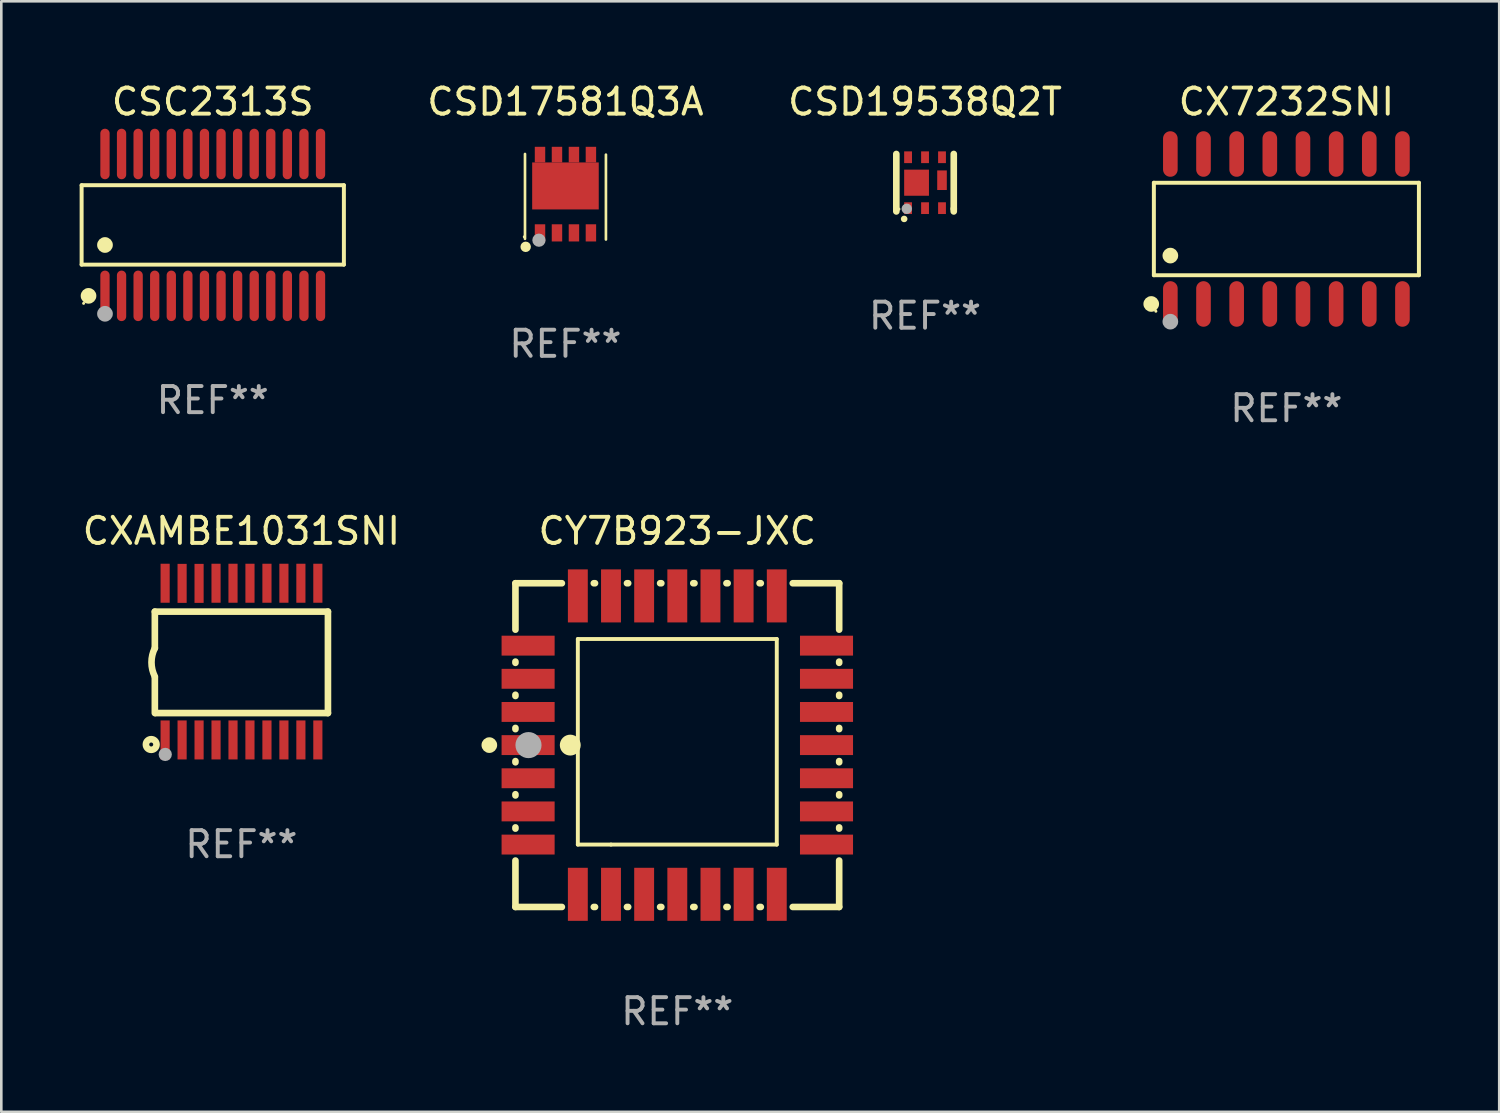
<source format=kicad_pcb>
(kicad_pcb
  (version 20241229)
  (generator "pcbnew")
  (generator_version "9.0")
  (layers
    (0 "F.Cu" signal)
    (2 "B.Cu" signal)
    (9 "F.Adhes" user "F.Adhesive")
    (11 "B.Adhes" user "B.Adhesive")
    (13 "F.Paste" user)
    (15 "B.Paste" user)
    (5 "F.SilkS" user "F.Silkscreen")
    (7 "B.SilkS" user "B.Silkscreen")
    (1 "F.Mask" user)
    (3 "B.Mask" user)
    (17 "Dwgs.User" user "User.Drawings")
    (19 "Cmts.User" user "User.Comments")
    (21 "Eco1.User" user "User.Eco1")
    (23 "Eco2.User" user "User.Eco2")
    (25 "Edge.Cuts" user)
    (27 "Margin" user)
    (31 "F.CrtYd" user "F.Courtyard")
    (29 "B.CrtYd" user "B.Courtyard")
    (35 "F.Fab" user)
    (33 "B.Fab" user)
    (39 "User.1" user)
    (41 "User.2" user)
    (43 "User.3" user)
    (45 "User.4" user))
  (footprint "CSD17581Q3A"
    (layer "F.Cu")
    (at 18.609 4.486)
    (property "Reference" "CSD17581Q3A" (at 0 -3.638 0) (layer "F.SilkS") (effects (font (size 1 1) (thickness 0.15))))
    (attr through_hole)
    (fp_line (start -1.55 1.612) (end -1.55 -1.638) (stroke (width 0.102) (type solid)) (layer "F.SilkS"))
    (fp_line (start 1.55 1.638) (end 1.55 -1.612) (stroke (width 0.102) (type solid)) (layer "F.SilkS"))
    (fp_circle (center -1.575 1.535) (end -1.545 1.535) (stroke (width 0.06) (type solid)) (fill no) (layer "F.SilkS"))
    (fp_circle (center -1.524 1.918) (end -1.424 1.918) (stroke (width 0.2) (type solid)) (fill no) (layer "F.SilkS"))
    (fp_circle (center -1.016 1.664) (end -0.889 1.664) (stroke (width 0.254) (type solid)) (fill no) (layer "F.Fab"))
    (fp_text user "REF**" (at 0 5.638 0) (layer "F.Fab") (effects (font (size 1 1) (thickness 0.15))))
    (pad "1" smd rect (at -0.975 1.384 90) (size 0.658 0.4) (layers "F.Cu" "F.Mask" "F.Paste"))
    (pad "2" smd rect (at -0.325 1.384 90) (size 0.658 0.4) (layers "F.Cu" "F.Mask" "F.Paste"))
    (pad "3" smd rect (at 0.325 1.384 90) (size 0.658 0.4) (layers "F.Cu" "F.Mask" "F.Paste"))
    (pad "4" smd rect (at 0.975 1.384 90) (size 0.658 0.4) (layers "F.Cu" "F.Mask" "F.Paste"))
    (pad "5" smd rect (at 0.975 -1.613 90) (size 0.6 0.4) (layers "F.Cu" "F.Mask" "F.Paste"))
    (pad "6" smd rect (at 0.325 -1.613 90) (size 0.6 0.4) (layers "F.Cu" "F.Mask" "F.Paste"))
    (pad "7" smd rect (at -0.325 -1.613 90) (size 0.6 0.4) (layers "F.Cu" "F.Mask" "F.Paste"))
    (pad "8" smd rect (at -0.975 -1.613 90) (size 0.6 0.4) (layers "F.Cu" "F.Mask" "F.Paste"))
    (pad "9" smd rect (at -0.000114 -0.414) (size 2.55 1.8) (layers "F.Cu" "F.Mask" "F.Paste")))
  (footprint "CX7232SNI"
    (layer "F.Cu")
    (at 46.223 5.721)
    (property "Reference" "CX7232SNI" (at 0 -4.872 0) (layer "F.SilkS") (effects (font (size 1 1) (thickness 0.15))))
    (attr through_hole)
    (fp_line (start -5.076 -1.771) (end 5.076 -1.771) (stroke (width 0.152) (type solid)) (layer "F.SilkS"))
    (fp_line (start -5.076 1.771) (end -5.076 -1.771) (stroke (width 0.152) (type solid)) (layer "F.SilkS"))
    (fp_line (start 5.076 -1.771) (end 5.076 1.771) (stroke (width 0.152) (type solid)) (layer "F.SilkS"))
    (fp_line (start 5.076 1.771) (end -5.076 1.771) (stroke (width 0.152) (type solid)) (layer "F.SilkS"))
    (fp_circle (center -5.177 2.872) (end -5.027 2.872) (stroke (width 0.3) (type solid)) (fill no) (layer "F.SilkS"))
    (fp_circle (center -5 3.15) (end -4.97 3.15) (stroke (width 0.06) (type solid)) (fill no) (layer "F.SilkS"))
    (fp_circle (center -4.445 1.019) (end -4.295 1.019) (stroke (width 0.3) (type solid)) (fill no) (layer "F.SilkS"))
    (fp_circle (center -4.445 3.55) (end -4.295 3.55) (stroke (width 0.3) (type solid)) (fill no) (layer "F.Fab"))
    (fp_text user "REF**" (at 0 6.872 0) (layer "F.Fab") (effects (font (size 1 1) (thickness 0.15))))
    (pad "1" smd oval (at -4.445 2.872) (size 0.56 1.745) (layers "F.Cu" "F.Mask" "F.Paste"))
    (pad "2" smd oval (at -3.175 2.872) (size 0.56 1.745) (layers "F.Cu" "F.Mask" "F.Paste"))
    (pad "3" smd oval (at -1.905 2.872) (size 0.56 1.745) (layers "F.Cu" "F.Mask" "F.Paste"))
    (pad "4" smd oval (at -0.635 2.872) (size 0.56 1.745) (layers "F.Cu" "F.Mask" "F.Paste"))
    (pad "5" smd oval (at 0.635 2.872) (size 0.56 1.745) (layers "F.Cu" "F.Mask" "F.Paste"))
    (pad "6" smd oval (at 1.905 2.872) (size 0.56 1.745) (layers "F.Cu" "F.Mask" "F.Paste"))
    (pad "7" smd oval (at 3.175 2.872) (size 0.56 1.745) (layers "F.Cu" "F.Mask" "F.Paste"))
    (pad "8" smd oval (at 4.445 2.872) (size 0.56 1.745) (layers "F.Cu" "F.Mask" "F.Paste"))
    (pad "9" smd oval (at 4.445 -2.872) (size 0.56 1.745) (layers "F.Cu" "F.Mask" "F.Paste"))
    (pad "10" smd oval (at 3.175 -2.872) (size 0.56 1.745) (layers "F.Cu" "F.Mask" "F.Paste"))
    (pad "11" smd oval (at 1.905 -2.872) (size 0.56 1.745) (layers "F.Cu" "F.Mask" "F.Paste"))
    (pad "12" smd oval (at 0.635 -2.872) (size 0.56 1.745) (layers "F.Cu" "F.Mask" "F.Paste"))
    (pad "13" smd oval (at -0.635 -2.872) (size 0.56 1.745) (layers "F.Cu" "F.Mask" "F.Paste"))
    (pad "14" smd oval (at -1.905 -2.872) (size 0.56 1.745) (layers "F.Cu" "F.Mask" "F.Paste"))
    (pad "15" smd oval (at -3.175 -2.872) (size 0.56 1.745) (layers "F.Cu" "F.Mask" "F.Paste"))
    (pad "16" smd oval (at -4.445 -2.872) (size 0.56 1.745) (layers "F.Cu" "F.Mask" "F.Paste")))
  (footprint "CSC2313S"
    (layer "F.Cu")
    (at 5.099 5.565)
    (property "Reference" "CSC2313S" (at 0 -4.717 0) (layer "F.SilkS") (effects (font (size 1 1) (thickness 0.15))))
    (attr through_hole)
    (fp_line (start -5.023 -1.521) (end 5.023 -1.521) (stroke (width 0.152) (type solid)) (layer "F.SilkS"))
    (fp_line (start -5.023 1.521) (end -5.023 -1.521) (stroke (width 0.152) (type solid)) (layer "F.SilkS"))
    (fp_line (start 5.023 -1.521) (end 5.023 1.521) (stroke (width 0.152) (type solid)) (layer "F.SilkS"))
    (fp_line (start 5.023 1.521) (end -5.023 1.521) (stroke (width 0.152) (type solid)) (layer "F.SilkS"))
    (fp_circle (center -4.946 3.004) (end -4.916 3.004) (stroke (width 0.06) (type solid)) (fill no) (layer "F.SilkS"))
    (fp_circle (center -4.758 2.717) (end -4.608 2.717) (stroke (width 0.3) (type solid)) (fill no) (layer "F.SilkS"))
    (fp_circle (center -4.128 0.769) (end -3.977 0.769) (stroke (width 0.3) (type solid)) (fill no) (layer "F.SilkS"))
    (fp_circle (center -4.128 3.404) (end -3.977 3.404) (stroke (width 0.3) (type solid)) (fill no) (layer "F.Fab"))
    (fp_text user "REF**" (at 0 6.717 0) (layer "F.Fab") (effects (font (size 1 1) (thickness 0.15))))
    (pad "1" smd oval (at -4.128 2.717) (size 0.356 1.935) (layers "F.Cu" "F.Mask" "F.Paste"))
    (pad "2" smd oval (at -3.493 2.717) (size 0.356 1.935) (layers "F.Cu" "F.Mask" "F.Paste"))
    (pad "3" smd oval (at -2.858 2.717) (size 0.356 1.935) (layers "F.Cu" "F.Mask" "F.Paste"))
    (pad "4" smd oval (at -2.223 2.717) (size 0.356 1.935) (layers "F.Cu" "F.Mask" "F.Paste"))
    (pad "5" smd oval (at -1.588 2.717) (size 0.356 1.935) (layers "F.Cu" "F.Mask" "F.Paste"))
    (pad "6" smd oval (at -0.953 2.717) (size 0.356 1.935) (layers "F.Cu" "F.Mask" "F.Paste"))
    (pad "7" smd oval (at -0.318 2.717) (size 0.356 1.935) (layers "F.Cu" "F.Mask" "F.Paste"))
    (pad "8" smd oval (at 0.318 2.717) (size 0.356 1.935) (layers "F.Cu" "F.Mask" "F.Paste"))
    (pad "9" smd oval (at 0.953 2.717) (size 0.356 1.935) (layers "F.Cu" "F.Mask" "F.Paste"))
    (pad "10" smd oval (at 1.588 2.717) (size 0.356 1.935) (layers "F.Cu" "F.Mask" "F.Paste"))
    (pad "11" smd oval (at 2.223 2.717) (size 0.356 1.935) (layers "F.Cu" "F.Mask" "F.Paste"))
    (pad "12" smd oval (at 2.858 2.717) (size 0.356 1.935) (layers "F.Cu" "F.Mask" "F.Paste"))
    (pad "13" smd oval (at 3.493 2.717) (size 0.356 1.935) (layers "F.Cu" "F.Mask" "F.Paste"))
    (pad "14" smd oval (at 4.128 2.717) (size 0.356 1.935) (layers "F.Cu" "F.Mask" "F.Paste"))
    (pad "15" smd oval (at 4.128 -2.717) (size 0.356 1.935) (layers "F.Cu" "F.Mask" "F.Paste"))
    (pad "16" smd oval (at 3.493 -2.717) (size 0.356 1.935) (layers "F.Cu" "F.Mask" "F.Paste"))
    (pad "17" smd oval (at 2.858 -2.717) (size 0.356 1.935) (layers "F.Cu" "F.Mask" "F.Paste"))
    (pad "18" smd oval (at 2.223 -2.717) (size 0.356 1.935) (layers "F.Cu" "F.Mask" "F.Paste"))
    (pad "19" smd oval (at 1.588 -2.717) (size 0.356 1.935) (layers "F.Cu" "F.Mask" "F.Paste"))
    (pad "20" smd oval (at 0.953 -2.717) (size 0.356 1.935) (layers "F.Cu" "F.Mask" "F.Paste"))
    (pad "21" smd oval (at 0.318 -2.717) (size 0.356 1.935) (layers "F.Cu" "F.Mask" "F.Paste"))
    (pad "22" smd oval (at -0.318 -2.717) (size 0.356 1.935) (layers "F.Cu" "F.Mask" "F.Paste"))
    (pad "23" smd oval (at -0.953 -2.717) (size 0.356 1.935) (layers "F.Cu" "F.Mask" "F.Paste"))
    (pad "24" smd oval (at -1.588 -2.717) (size 0.356 1.935) (layers "F.Cu" "F.Mask" "F.Paste"))
    (pad "25" smd oval (at -2.223 -2.717) (size 0.356 1.935) (layers "F.Cu" "F.Mask" "F.Paste"))
    (pad "26" smd oval (at -2.858 -2.717) (size 0.356 1.935) (layers "F.Cu" "F.Mask" "F.Paste"))
    (pad "27" smd oval (at -3.493 -2.717) (size 0.356 1.935) (layers "F.Cu" "F.Mask" "F.Paste"))
    (pad "28" smd oval (at -4.128 -2.717) (size 0.356 1.935) (layers "F.Cu" "F.Mask" "F.Paste")))
  (footprint "CSD19538Q2T"
    (layer "F.Cu")
    (at 32.382 3.948)
    (property "Reference" "CSD19538Q2T" (at 0 -3.1 0) (layer "F.SilkS") (effects (font (size 1 1) (thickness 0.15))))
    (attr through_hole)
    (fp_line (start -1.1 -1.1) (end -1.1 1.1) (stroke (width 0.254) (type solid)) (layer "F.SilkS"))
    (fp_line (start 1.1 -1.1) (end 1.1 1) (stroke (width 0.254) (type solid)) (layer "F.SilkS"))
    (fp_line (start 1.1 1) (end 1.1 1.1) (stroke (width 0.254) (type solid)) (layer "F.SilkS"))
    (fp_arc (start -0.80127 1.388037) (mid -0.8 1.388031) (end -0.79873 1.388037) (stroke (width 0.24892) (type solid)) (layer "F.SilkS"))
    (fp_circle (center -1 1.012) (end -0.97 1.012) (stroke (width 0.06) (type solid)) (fill no) (layer "F.SilkS"))
    (fp_circle (center -0.7 1) (end -0.6 1) (stroke (width 0.2) (type solid)) (fill no) (layer "F.Fab"))
    (fp_text user "REF**" (at 0 5.1 0) (layer "F.Fab") (effects (font (size 1 1) (thickness 0.15))))
    (pad "1" smd rect (at -0.65 0.975 90) (size 0.45 0.3) (layers "F.Cu" "F.Mask" "F.Paste"))
    (pad "2" smd rect (at 0 0.975 90) (size 0.45 0.3) (layers "F.Cu" "F.Mask" "F.Paste"))
    (pad "3" smd rect (at 0.65 0.975 90) (size 0.45 0.3) (layers "F.Cu" "F.Mask" "F.Paste"))
    (pad "4" smd rect (at 0.65 -0.975 90) (size 0.45 0.3) (layers "F.Cu" "F.Mask" "F.Paste"))
    (pad "5" smd rect (at 0 -0.975 90) (size 0.45 0.3) (layers "F.Cu" "F.Mask" "F.Paste"))
    (pad "6" smd rect (at -0.65 -0.975 90) (size 0.45 0.3) (layers "F.Cu" "F.Mask" "F.Paste"))
    (pad "7" smd rect (at -0.325 0) (size 0.95 1) (layers "F.Cu" "F.Mask" "F.Paste"))
    (pad "8" smd rect (at 0.65 -0.095 90) (size 0.75 0.368) (layers "F.Cu" "F.Mask" "F.Paste")))
  (footprint "CXAMBE1031SNI"
    (layer "F.Cu")
    (at 6.196 22.291)
    (property "Reference" "CXAMBE1031SNI" (at 0 -5.001 0) (layer "F.SilkS") (effects (font (size 1 1) (thickness 0.15))))
    (attr through_hole)
    (fp_line (start -3.315 -0.517) (end -3.315 -1.914) (stroke (width 0.254) (type solid)) (layer "F.SilkS"))
    (fp_line (start -3.315 1.972) (end -3.315 0.601) (stroke (width 0.254) (type solid)) (layer "F.SilkS"))
    (fp_line (start 3.315 -1.914) (end -3.315 -1.914) (stroke (width 0.254) (type solid)) (layer "F.SilkS"))
    (fp_line (start 3.315 1.972) (end -3.287 1.972) (stroke (width 0.254) (type solid)) (layer "F.SilkS"))
    (fp_line (start 3.315 1.972) (end 3.315 -1.914) (stroke (width 0.254) (type solid)) (layer "F.SilkS"))
    (fp_arc (start -3.314707 0.57521) (mid -3.443628 0.029096) (end -3.314707 -0.517018) (stroke (width 0.254001) (type solid)) (layer "F.SilkS"))
    (fp_circle (center -3.454 3.176) (end -3.378 3.176) (stroke (width 0.254) (type solid)) (fill no) (layer "F.SilkS"))
    (fp_circle (center -3.246 3.2) (end -3.216 3.2) (stroke (width 0.06) (type solid)) (fill no) (layer "F.SilkS"))
    (fp_circle (center -2.917 3.556) (end -2.79 3.556) (stroke (width 0.254) (type solid)) (fill no) (layer "F.Fab"))
    (fp_text user "REF**" (at 0 7.001 0) (layer "F.Fab") (effects (font (size 1 1) (thickness 0.15))))
    (pad "1" smd rect (at -2.921 3.001) (size 0.35 1.494) (layers "F.Cu" "F.Mask" "F.Paste"))
    (pad "2" smd rect (at -2.271 3.001) (size 0.35 1.494) (layers "F.Cu" "F.Mask" "F.Paste"))
    (pad "3" smd rect (at -1.621 3.001) (size 0.35 1.494) (layers "F.Cu" "F.Mask" "F.Paste"))
    (pad "4" smd rect (at -0.971 3.001) (size 0.35 1.494) (layers "F.Cu" "F.Mask" "F.Paste"))
    (pad "5" smd rect (at -0.321 3.001) (size 0.35 1.494) (layers "F.Cu" "F.Mask" "F.Paste"))
    (pad "6" smd rect (at 0.328 3.001) (size 0.35 1.494) (layers "F.Cu" "F.Mask" "F.Paste"))
    (pad "7" smd rect (at 0.979 3.001) (size 0.35 1.494) (layers "F.Cu" "F.Mask" "F.Paste"))
    (pad "8" smd rect (at 1.629 3.001) (size 0.35 1.494) (layers "F.Cu" "F.Mask" "F.Paste"))
    (pad "9" smd rect (at 2.279 3.001) (size 0.35 1.494) (layers "F.Cu" "F.Mask" "F.Paste"))
    (pad "10" smd rect (at 2.929 3.001) (size 0.35 1.494) (layers "F.Cu" "F.Mask" "F.Paste"))
    (pad "11" smd rect (at 2.929 -3.001) (size 0.35 1.494) (layers "F.Cu" "F.Mask" "F.Paste"))
    (pad "12" smd rect (at 2.279 -3.001) (size 0.35 1.494) (layers "F.Cu" "F.Mask" "F.Paste"))
    (pad "13" smd rect (at 1.629 -3.001) (size 0.35 1.494) (layers "F.Cu" "F.Mask" "F.Paste"))
    (pad "14" smd rect (at 0.979 -3.001) (size 0.35 1.494) (layers "F.Cu" "F.Mask" "F.Paste"))
    (pad "15" smd rect (at 0.329 -3.001) (size 0.35 1.494) (layers "F.Cu" "F.Mask" "F.Paste"))
    (pad "16" smd rect (at -0.321 -3.001) (size 0.35 1.494) (layers "F.Cu" "F.Mask" "F.Paste"))
    (pad "17" smd rect (at -0.971 -3.001) (size 0.35 1.494) (layers "F.Cu" "F.Mask" "F.Paste"))
    (pad "18" smd rect (at -1.621 -2.996) (size 0.35 1.494) (layers "F.Cu" "F.Mask" "F.Paste"))
    (pad "19" smd rect (at -2.271 -2.996) (size 0.35 1.494) (layers "F.Cu" "F.Mask" "F.Paste"))
    (pad "20" smd rect (at -2.921 -3.001) (size 0.35 1.494) (layers "F.Cu" "F.Mask" "F.Paste")))
  (footprint "CY7B923-JXC"
    (layer "F.Cu")
    (at 22.893 25.49)
    (property "Reference" "CY7B923-JXC" (at 0 -8.2 0) (layer "F.SilkS") (effects (font (size 1 1) (thickness 0.15))))
    (attr through_hole)
    (fp_line (start -6.2 -6.2) (end -4.422 -6.2) (stroke (width 0.254) (type solid)) (layer "F.SilkS"))
    (fp_line (start -6.2 -4.422) (end -6.2 -6.2) (stroke (width 0.254) (type solid)) (layer "F.SilkS"))
    (fp_line (start -6.2 -3.152) (end -6.2 -3.198) (stroke (width 0.254) (type solid)) (layer "F.SilkS"))
    (fp_line (start -6.2 -1.882) (end -6.2 -1.928) (stroke (width 0.254) (type solid)) (layer "F.SilkS"))
    (fp_line (start -6.2 -0.612) (end -6.2 -0.658) (stroke (width 0.254) (type solid)) (layer "F.SilkS"))
    (fp_line (start -6.2 0.658) (end -6.2 0.612) (stroke (width 0.254) (type solid)) (layer "F.SilkS"))
    (fp_line (start -6.2 1.928) (end -6.2 1.882) (stroke (width 0.254) (type solid)) (layer "F.SilkS"))
    (fp_line (start -6.2 3.198) (end -6.2 3.152) (stroke (width 0.254) (type solid)) (layer "F.SilkS"))
    (fp_line (start -6.2 6.2) (end -6.2 4.422) (stroke (width 0.254) (type solid)) (layer "F.SilkS"))
    (fp_line (start -4.422 6.2) (end -6.2 6.2) (stroke (width 0.254) (type solid)) (layer "F.SilkS"))
    (fp_line (start -3.81 -4.064) (end 3.81 -4.064) (stroke (width 0.15) (type solid)) (layer "F.SilkS"))
    (fp_line (start -3.81 3.81) (end -3.81 -4.064) (stroke (width 0.15) (type solid)) (layer "F.SilkS"))
    (fp_line (start -3.198 -6.2) (end -3.152 -6.2) (stroke (width 0.254) (type solid)) (layer "F.SilkS"))
    (fp_line (start -3.152 6.2) (end -3.198 6.2) (stroke (width 0.254) (type solid)) (layer "F.SilkS"))
    (fp_line (start -2.54 3.81) (end -3.81 3.81) (stroke (width 0.15) (type solid)) (layer "F.SilkS"))
    (fp_line (start -1.928 -6.2) (end -1.882 -6.2) (stroke (width 0.254) (type solid)) (layer "F.SilkS"))
    (fp_line (start -1.882 6.2) (end -1.928 6.2) (stroke (width 0.254) (type solid)) (layer "F.SilkS"))
    (fp_line (start -0.658 -6.2) (end -0.612 -6.2) (stroke (width 0.254) (type solid)) (layer "F.SilkS"))
    (fp_line (start -0.612 6.2) (end -0.658 6.2) (stroke (width 0.254) (type solid)) (layer "F.SilkS"))
    (fp_line (start 0.612 -6.2) (end 0.658 -6.2) (stroke (width 0.254) (type solid)) (layer "F.SilkS"))
    (fp_line (start 0.658 6.2) (end 0.612 6.2) (stroke (width 0.254) (type solid)) (layer "F.SilkS"))
    (fp_line (start 1.882 -6.2) (end 1.928 -6.2) (stroke (width 0.254) (type solid)) (layer "F.SilkS"))
    (fp_line (start 1.928 6.2) (end 1.882 6.2) (stroke (width 0.254) (type solid)) (layer "F.SilkS"))
    (fp_line (start 3.152 -6.2) (end 3.198 -6.2) (stroke (width 0.254) (type solid)) (layer "F.SilkS"))
    (fp_line (start 3.198 6.2) (end 3.152 6.2) (stroke (width 0.254) (type solid)) (layer "F.SilkS"))
    (fp_line (start 3.81 -4.064) (end 3.81 3.81) (stroke (width 0.15) (type solid)) (layer "F.SilkS"))
    (fp_line (start 3.81 3.81) (end -2.54 3.81) (stroke (width 0.15) (type solid)) (layer "F.SilkS"))
    (fp_line (start 4.422 -6.2) (end 6.2 -6.2) (stroke (width 0.254) (type solid)) (layer "F.SilkS"))
    (fp_line (start 6.2 -6.2) (end 6.2 -4.422) (stroke (width 0.254) (type solid)) (layer "F.SilkS"))
    (fp_line (start 6.2 -3.198) (end 6.2 -3.152) (stroke (width 0.254) (type solid)) (layer "F.SilkS"))
    (fp_line (start 6.2 -1.928) (end 6.2 -1.882) (stroke (width 0.254) (type solid)) (layer "F.SilkS"))
    (fp_line (start 6.2 -0.658) (end 6.2 -0.612) (stroke (width 0.254) (type solid)) (layer "F.SilkS"))
    (fp_line (start 6.2 0.612) (end 6.2 0.658) (stroke (width 0.254) (type solid)) (layer "F.SilkS"))
    (fp_line (start 6.2 1.882) (end 6.2 1.928) (stroke (width 0.254) (type solid)) (layer "F.SilkS"))
    (fp_line (start 6.2 3.152) (end 6.2 3.198) (stroke (width 0.254) (type solid)) (layer "F.SilkS"))
    (fp_line (start 6.2 4.422) (end 6.2 6.2) (stroke (width 0.254) (type solid)) (layer "F.SilkS"))
    (fp_line (start 6.2 6.2) (end 4.422 6.2) (stroke (width 0.254) (type solid)) (layer "F.SilkS"))
    (fp_circle (center -7.2 0) (end -7.05 0) (stroke (width 0.3) (type solid)) (fill no) (layer "F.SilkS"))
    (fp_circle (center -6.223 6.223) (end -6.193 6.223) (stroke (width 0.06) (type solid)) (fill no) (layer "F.SilkS"))
    (fp_circle (center -4.1 0) (end -3.9 0) (stroke (width 0.4) (type solid)) (fill no) (layer "F.SilkS"))
    (fp_circle (center -5.7 0) (end -5.45 0) (stroke (width 0.5) (type solid)) (fill no) (layer "F.Fab"))
    (fp_text user "REF**" (at 0 10.2 0) (layer "F.Fab") (effects (font (size 1 1) (thickness 0.15))))
    (pad "1" smd rect (at -5.715 0) (size 2.032 0.762) (layers "F.Cu" "F.Mask" "F.Paste"))
    (pad "2" smd rect (at -5.715 1.27) (size 2.032 0.762) (layers "F.Cu" "F.Mask" "F.Paste"))
    (pad "3" smd rect (at -5.715 2.54) (size 2.032 0.762) (layers "F.Cu" "F.Mask" "F.Paste"))
    (pad "4" smd rect (at -5.715 3.81) (size 2.032 0.762) (layers "F.Cu" "F.Mask" "F.Paste"))
    (pad "5" smd rect (at -3.81 5.715) (size 0.762 2.032) (layers "F.Cu" "F.Mask" "F.Paste"))
    (pad "6" smd rect (at -2.54 5.715) (size 0.762 2.032) (layers "F.Cu" "F.Mask" "F.Paste"))
    (pad "7" smd rect (at -1.27 5.715) (size 0.762 2.032) (layers "F.Cu" "F.Mask" "F.Paste"))
    (pad "8" smd rect (at 0 5.715) (size 0.762 2.032) (layers "F.Cu" "F.Mask" "F.Paste"))
    (pad "9" smd rect (at 1.27 5.715) (size 0.762 2.032) (layers "F.Cu" "F.Mask" "F.Paste"))
    (pad "10" smd rect (at 2.54 5.715) (size 0.762 2.032) (layers "F.Cu" "F.Mask" "F.Paste"))
    (pad "11" smd rect (at 3.81 5.715) (size 0.762 2.032) (layers "F.Cu" "F.Mask" "F.Paste"))
    (pad "12" smd rect (at 5.715 3.81) (size 2.032 0.762) (layers "F.Cu" "F.Mask" "F.Paste"))
    (pad "13" smd rect (at 5.715 2.54) (size 2.032 0.762) (layers "F.Cu" "F.Mask" "F.Paste"))
    (pad "14" smd rect (at 5.715 1.27) (size 2.032 0.762) (layers "F.Cu" "F.Mask" "F.Paste"))
    (pad "15" smd rect (at 5.715 0) (size 2.032 0.762) (layers "F.Cu" "F.Mask" "F.Paste"))
    (pad "16" smd rect (at 5.715 -1.27) (size 2.032 0.762) (layers "F.Cu" "F.Mask" "F.Paste"))
    (pad "17" smd rect (at 5.715 -2.54) (size 2.032 0.762) (layers "F.Cu" "F.Mask" "F.Paste"))
    (pad "18" smd rect (at 5.715 -3.81) (size 2.032 0.762) (layers "F.Cu" "F.Mask" "F.Paste"))
    (pad "19" smd rect (at 3.81 -5.715) (size 0.762 2.032) (layers "F.Cu" "F.Mask" "F.Paste"))
    (pad "20" smd rect (at 2.54 -5.715) (size 0.762 2.032) (layers "F.Cu" "F.Mask" "F.Paste"))
    (pad "21" smd rect (at 1.27 -5.715) (size 0.762 2.032) (layers "F.Cu" "F.Mask" "F.Paste"))
    (pad "22" smd rect (at 0 -5.715) (size 0.762 2.032) (layers "F.Cu" "F.Mask" "F.Paste"))
    (pad "23" smd rect (at -1.27 -5.715) (size 0.762 2.032) (layers "F.Cu" "F.Mask" "F.Paste"))
    (pad "24" smd rect (at -2.54 -5.715) (size 0.762 2.032) (layers "F.Cu" "F.Mask" "F.Paste"))
    (pad "25" smd rect (at -3.81 -5.715) (size 0.762 2.032) (layers "F.Cu" "F.Mask" "F.Paste"))
    (pad "26" smd rect (at -5.715 -3.81) (size 2.032 0.762) (layers "F.Cu" "F.Mask" "F.Paste"))
    (pad "27" smd rect (at -5.715 -2.54) (size 2.032 0.762) (layers "F.Cu" "F.Mask" "F.Paste"))
    (pad "28" smd rect (at -5.715 -1.27) (size 2.032 0.762) (layers "F.Cu" "F.Mask" "F.Paste")))
  (gr_rect
    (start -3 -3)
    (end 54.375 39.538)
    (stroke (width 0.1) (type default))
    (fill no)
    (layer "Edge.Cuts")))
</source>
